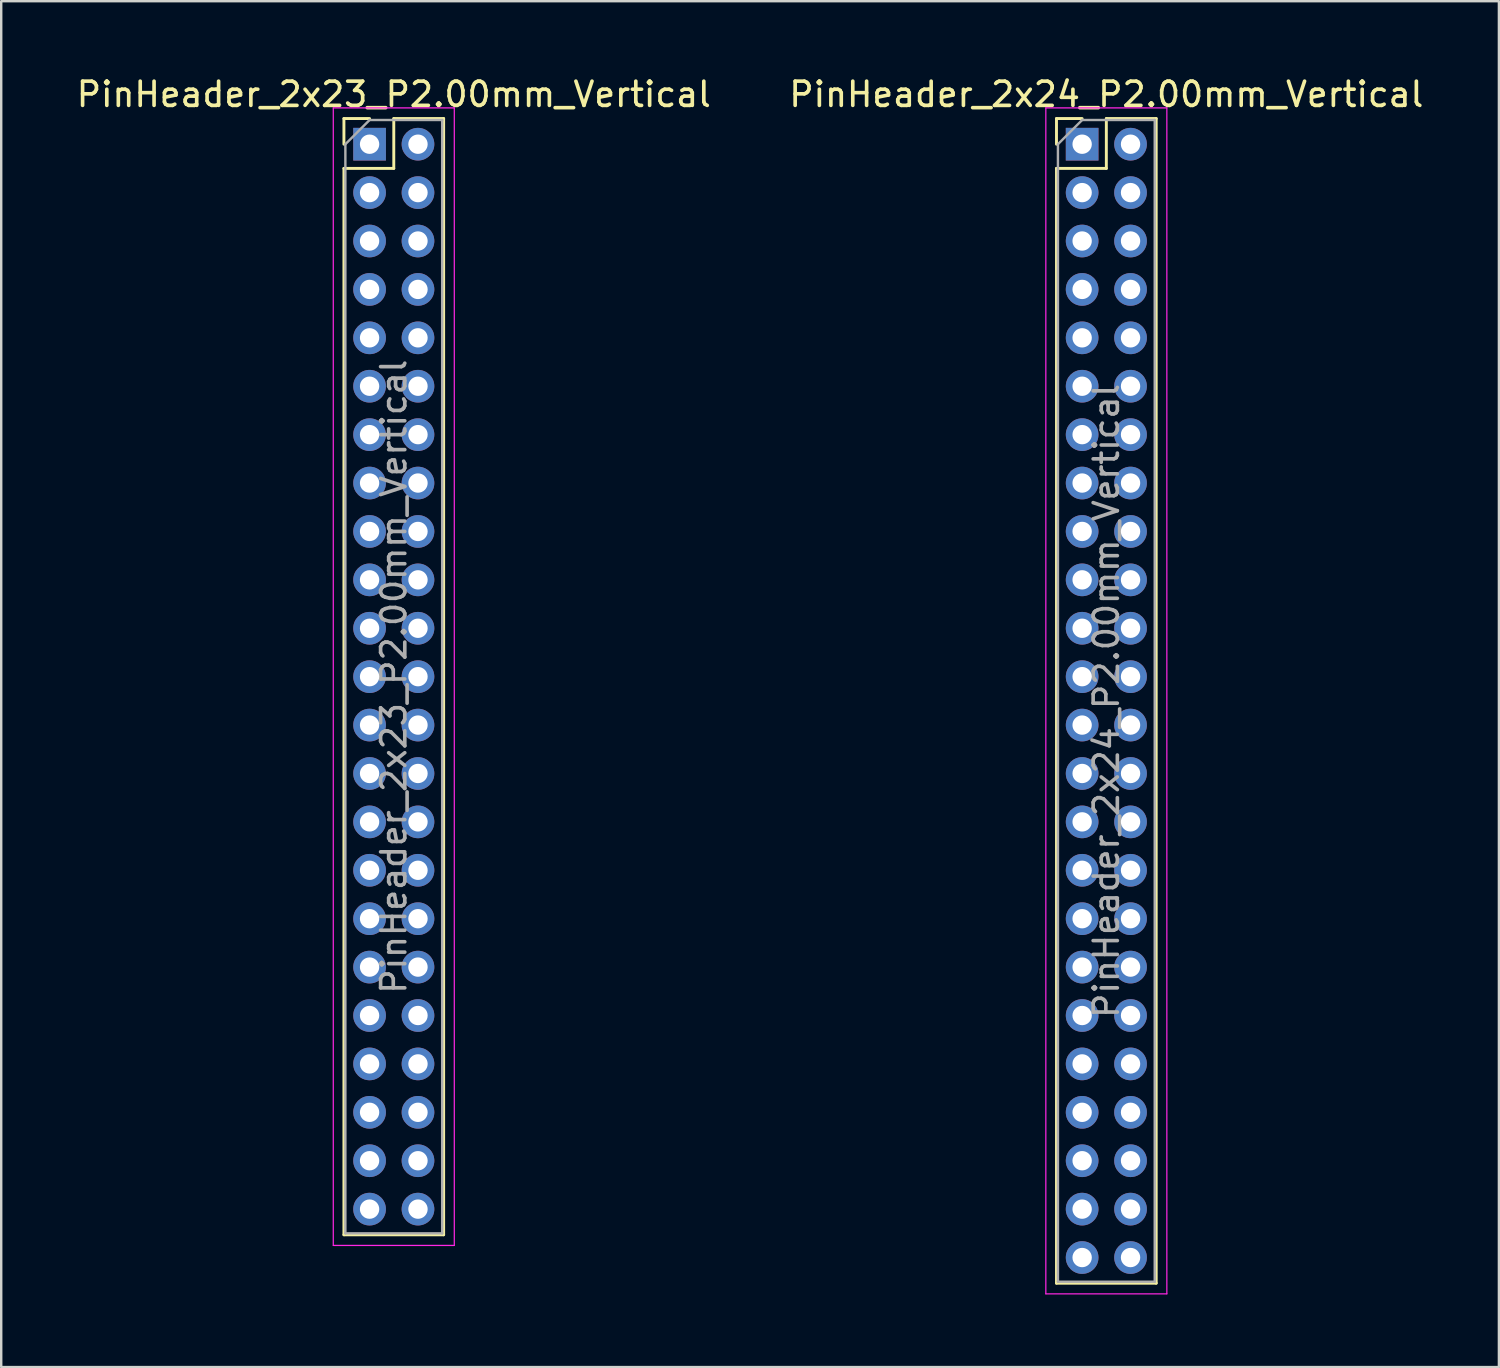
<source format=kicad_pcb>
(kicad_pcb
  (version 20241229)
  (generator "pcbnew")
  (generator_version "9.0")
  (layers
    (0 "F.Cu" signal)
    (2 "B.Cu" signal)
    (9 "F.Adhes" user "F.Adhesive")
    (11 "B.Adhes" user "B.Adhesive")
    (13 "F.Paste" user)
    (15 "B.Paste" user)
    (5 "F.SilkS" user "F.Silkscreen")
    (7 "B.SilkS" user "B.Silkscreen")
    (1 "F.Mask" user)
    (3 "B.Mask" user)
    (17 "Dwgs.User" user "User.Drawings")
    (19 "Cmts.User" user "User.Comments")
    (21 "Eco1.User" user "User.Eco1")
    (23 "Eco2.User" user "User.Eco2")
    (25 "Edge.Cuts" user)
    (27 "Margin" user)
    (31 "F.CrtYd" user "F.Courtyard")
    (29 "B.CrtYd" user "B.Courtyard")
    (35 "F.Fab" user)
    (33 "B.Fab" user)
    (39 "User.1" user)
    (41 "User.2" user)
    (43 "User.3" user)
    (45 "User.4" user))
  (footprint "PinHeader_2x24_P2.00mm_Vertical"
    (layer "F.Cu")
    (at 41.661 2.908)
    (property "Reference" "PinHeader_2x24_P2.00mm_Vertical" (at 1 -2.06 0) (layer "F.SilkS") (effects (font (size 1 1) (thickness 0.15))))
    (attr through_hole)
    (fp_line (start -1.06 -1.06) (end 0 -1.06) (stroke (width 0.12) (type solid)) (layer "F.SilkS"))
    (fp_line (start -1.06 0) (end -1.06 -1.06) (stroke (width 0.12) (type solid)) (layer "F.SilkS"))
    (fp_line (start -1.06 1) (end -1.06 47.06) (stroke (width 0.12) (type solid)) (layer "F.SilkS"))
    (fp_line (start -1.06 1) (end 1 1) (stroke (width 0.12) (type solid)) (layer "F.SilkS"))
    (fp_line (start -1.06 47.06) (end 3.06 47.06) (stroke (width 0.12) (type solid)) (layer "F.SilkS"))
    (fp_line (start 1 -1.06) (end 3.06 -1.06) (stroke (width 0.12) (type solid)) (layer "F.SilkS"))
    (fp_line (start 1 1) (end 1 -1.06) (stroke (width 0.12) (type solid)) (layer "F.SilkS"))
    (fp_line (start 3.06 -1.06) (end 3.06 47.06) (stroke (width 0.12) (type solid)) (layer "F.SilkS"))
    (fp_line (start -1.5 -1.5) (end -1.5 47.5) (stroke (width 0.05) (type solid)) (layer "F.CrtYd"))
    (fp_line (start -1.5 47.5) (end 3.5 47.5) (stroke (width 0.05) (type solid)) (layer "F.CrtYd"))
    (fp_line (start 3.5 -1.5) (end -1.5 -1.5) (stroke (width 0.05) (type solid)) (layer "F.CrtYd"))
    (fp_line (start 3.5 47.5) (end 3.5 -1.5) (stroke (width 0.05) (type solid)) (layer "F.CrtYd"))
    (fp_line (start -1 0) (end 0 -1) (stroke (width 0.1) (type solid)) (layer "F.Fab"))
    (fp_line (start -1 47) (end -1 0) (stroke (width 0.1) (type solid)) (layer "F.Fab"))
    (fp_line (start 0 -1) (end 3 -1) (stroke (width 0.1) (type solid)) (layer "F.Fab"))
    (fp_line (start 3 -1) (end 3 47) (stroke (width 0.1) (type solid)) (layer "F.Fab"))
    (fp_line (start 3 47) (end -1 47) (stroke (width 0.1) (type solid)) (layer "F.Fab"))
    (fp_text user "${REFERENCE}" (at 1 23 90) (layer "F.Fab") (effects (font (size 1 1) (thickness 0.15))))
    (pad "1" thru_hole rect (at 0 0) (size 1.35 1.35) (drill 0.8) (layers "*.Cu" "*.Mask"))
    (pad "2" thru_hole oval (at 2 0) (size 1.35 1.35) (drill 0.8) (layers "*.Cu" "*.Mask"))
    (pad "3" thru_hole oval (at 0 2) (size 1.35 1.35) (drill 0.8) (layers "*.Cu" "*.Mask"))
    (pad "4" thru_hole oval (at 2 2) (size 1.35 1.35) (drill 0.8) (layers "*.Cu" "*.Mask"))
    (pad "5" thru_hole oval (at 0 4) (size 1.35 1.35) (drill 0.8) (layers "*.Cu" "*.Mask"))
    (pad "6" thru_hole oval (at 2 4) (size 1.35 1.35) (drill 0.8) (layers "*.Cu" "*.Mask"))
    (pad "7" thru_hole oval (at 0 6) (size 1.35 1.35) (drill 0.8) (layers "*.Cu" "*.Mask"))
    (pad "8" thru_hole oval (at 2 6) (size 1.35 1.35) (drill 0.8) (layers "*.Cu" "*.Mask"))
    (pad "9" thru_hole oval (at 0 8) (size 1.35 1.35) (drill 0.8) (layers "*.Cu" "*.Mask"))
    (pad "10" thru_hole oval (at 2 8) (size 1.35 1.35) (drill 0.8) (layers "*.Cu" "*.Mask"))
    (pad "11" thru_hole oval (at 0 10) (size 1.35 1.35) (drill 0.8) (layers "*.Cu" "*.Mask"))
    (pad "12" thru_hole oval (at 2 10) (size 1.35 1.35) (drill 0.8) (layers "*.Cu" "*.Mask"))
    (pad "13" thru_hole oval (at 0 12) (size 1.35 1.35) (drill 0.8) (layers "*.Cu" "*.Mask"))
    (pad "14" thru_hole oval (at 2 12) (size 1.35 1.35) (drill 0.8) (layers "*.Cu" "*.Mask"))
    (pad "15" thru_hole oval (at 0 14) (size 1.35 1.35) (drill 0.8) (layers "*.Cu" "*.Mask"))
    (pad "16" thru_hole oval (at 2 14) (size 1.35 1.35) (drill 0.8) (layers "*.Cu" "*.Mask"))
    (pad "17" thru_hole oval (at 0 16) (size 1.35 1.35) (drill 0.8) (layers "*.Cu" "*.Mask"))
    (pad "18" thru_hole oval (at 2 16) (size 1.35 1.35) (drill 0.8) (layers "*.Cu" "*.Mask"))
    (pad "19" thru_hole oval (at 0 18) (size 1.35 1.35) (drill 0.8) (layers "*.Cu" "*.Mask"))
    (pad "20" thru_hole oval (at 2 18) (size 1.35 1.35) (drill 0.8) (layers "*.Cu" "*.Mask"))
    (pad "21" thru_hole oval (at 0 20) (size 1.35 1.35) (drill 0.8) (layers "*.Cu" "*.Mask"))
    (pad "22" thru_hole oval (at 2 20) (size 1.35 1.35) (drill 0.8) (layers "*.Cu" "*.Mask"))
    (pad "23" thru_hole oval (at 0 22) (size 1.35 1.35) (drill 0.8) (layers "*.Cu" "*.Mask"))
    (pad "24" thru_hole oval (at 2 22) (size 1.35 1.35) (drill 0.8) (layers "*.Cu" "*.Mask"))
    (pad "25" thru_hole oval (at 0 24) (size 1.35 1.35) (drill 0.8) (layers "*.Cu" "*.Mask"))
    (pad "26" thru_hole oval (at 2 24) (size 1.35 1.35) (drill 0.8) (layers "*.Cu" "*.Mask"))
    (pad "27" thru_hole oval (at 0 26) (size 1.35 1.35) (drill 0.8) (layers "*.Cu" "*.Mask"))
    (pad "28" thru_hole oval (at 2 26) (size 1.35 1.35) (drill 0.8) (layers "*.Cu" "*.Mask"))
    (pad "29" thru_hole oval (at 0 28) (size 1.35 1.35) (drill 0.8) (layers "*.Cu" "*.Mask"))
    (pad "30" thru_hole oval (at 2 28) (size 1.35 1.35) (drill 0.8) (layers "*.Cu" "*.Mask"))
    (pad "31" thru_hole oval (at 0 30) (size 1.35 1.35) (drill 0.8) (layers "*.Cu" "*.Mask"))
    (pad "32" thru_hole oval (at 2 30) (size 1.35 1.35) (drill 0.8) (layers "*.Cu" "*.Mask"))
    (pad "33" thru_hole oval (at 0 32) (size 1.35 1.35) (drill 0.8) (layers "*.Cu" "*.Mask"))
    (pad "34" thru_hole oval (at 2 32) (size 1.35 1.35) (drill 0.8) (layers "*.Cu" "*.Mask"))
    (pad "35" thru_hole oval (at 0 34) (size 1.35 1.35) (drill 0.8) (layers "*.Cu" "*.Mask"))
    (pad "36" thru_hole oval (at 2 34) (size 1.35 1.35) (drill 0.8) (layers "*.Cu" "*.Mask"))
    (pad "37" thru_hole oval (at 0 36) (size 1.35 1.35) (drill 0.8) (layers "*.Cu" "*.Mask"))
    (pad "38" thru_hole oval (at 2 36) (size 1.35 1.35) (drill 0.8) (layers "*.Cu" "*.Mask"))
    (pad "39" thru_hole oval (at 0 38) (size 1.35 1.35) (drill 0.8) (layers "*.Cu" "*.Mask"))
    (pad "40" thru_hole oval (at 2 38) (size 1.35 1.35) (drill 0.8) (layers "*.Cu" "*.Mask"))
    (pad "41" thru_hole oval (at 0 40) (size 1.35 1.35) (drill 0.8) (layers "*.Cu" "*.Mask"))
    (pad "42" thru_hole oval (at 2 40) (size 1.35 1.35) (drill 0.8) (layers "*.Cu" "*.Mask"))
    (pad "43" thru_hole oval (at 0 42) (size 1.35 1.35) (drill 0.8) (layers "*.Cu" "*.Mask"))
    (pad "44" thru_hole oval (at 2 42) (size 1.35 1.35) (drill 0.8) (layers "*.Cu" "*.Mask"))
    (pad "45" thru_hole oval (at 0 44) (size 1.35 1.35) (drill 0.8) (layers "*.Cu" "*.Mask"))
    (pad "46" thru_hole oval (at 2 44) (size 1.35 1.35) (drill 0.8) (layers "*.Cu" "*.Mask"))
    (pad "47" thru_hole oval (at 0 46) (size 1.35 1.35) (drill 0.8) (layers "*.Cu" "*.Mask"))
    (pad "48" thru_hole oval (at 2 46) (size 1.35 1.35) (drill 0.8) (layers "*.Cu" "*.Mask")))
  (footprint "PinHeader_2x23_P2.00mm_Vertical"
    (layer "F.Cu")
    (at 12.22 2.908)
    (property "Reference" "PinHeader_2x23_P2.00mm_Vertical" (at 1 -2.06 0) (layer "F.SilkS") (effects (font (size 1 1) (thickness 0.15))))
    (attr through_hole)
    (fp_line (start -1.06 -1.06) (end 0 -1.06) (stroke (width 0.12) (type solid)) (layer "F.SilkS"))
    (fp_line (start -1.06 0) (end -1.06 -1.06) (stroke (width 0.12) (type solid)) (layer "F.SilkS"))
    (fp_line (start -1.06 1) (end -1.06 45.06) (stroke (width 0.12) (type solid)) (layer "F.SilkS"))
    (fp_line (start -1.06 1) (end 1 1) (stroke (width 0.12) (type solid)) (layer "F.SilkS"))
    (fp_line (start -1.06 45.06) (end 3.06 45.06) (stroke (width 0.12) (type solid)) (layer "F.SilkS"))
    (fp_line (start 1 -1.06) (end 3.06 -1.06) (stroke (width 0.12) (type solid)) (layer "F.SilkS"))
    (fp_line (start 1 1) (end 1 -1.06) (stroke (width 0.12) (type solid)) (layer "F.SilkS"))
    (fp_line (start 3.06 -1.06) (end 3.06 45.06) (stroke (width 0.12) (type solid)) (layer "F.SilkS"))
    (fp_line (start -1.5 -1.5) (end -1.5 45.5) (stroke (width 0.05) (type solid)) (layer "F.CrtYd"))
    (fp_line (start -1.5 45.5) (end 3.5 45.5) (stroke (width 0.05) (type solid)) (layer "F.CrtYd"))
    (fp_line (start 3.5 -1.5) (end -1.5 -1.5) (stroke (width 0.05) (type solid)) (layer "F.CrtYd"))
    (fp_line (start 3.5 45.5) (end 3.5 -1.5) (stroke (width 0.05) (type solid)) (layer "F.CrtYd"))
    (fp_line (start -1 0) (end 0 -1) (stroke (width 0.1) (type solid)) (layer "F.Fab"))
    (fp_line (start -1 45) (end -1 0) (stroke (width 0.1) (type solid)) (layer "F.Fab"))
    (fp_line (start 0 -1) (end 3 -1) (stroke (width 0.1) (type solid)) (layer "F.Fab"))
    (fp_line (start 3 -1) (end 3 45) (stroke (width 0.1) (type solid)) (layer "F.Fab"))
    (fp_line (start 3 45) (end -1 45) (stroke (width 0.1) (type solid)) (layer "F.Fab"))
    (fp_text user "${REFERENCE}" (at 1 22 90) (layer "F.Fab") (effects (font (size 1 1) (thickness 0.15))))
    (pad "1" thru_hole rect (at 0 0) (size 1.35 1.35) (drill 0.8) (layers "*.Cu" "*.Mask"))
    (pad "2" thru_hole oval (at 2 0) (size 1.35 1.35) (drill 0.8) (layers "*.Cu" "*.Mask"))
    (pad "3" thru_hole oval (at 0 2) (size 1.35 1.35) (drill 0.8) (layers "*.Cu" "*.Mask"))
    (pad "4" thru_hole oval (at 2 2) (size 1.35 1.35) (drill 0.8) (layers "*.Cu" "*.Mask"))
    (pad "5" thru_hole oval (at 0 4) (size 1.35 1.35) (drill 0.8) (layers "*.Cu" "*.Mask"))
    (pad "6" thru_hole oval (at 2 4) (size 1.35 1.35) (drill 0.8) (layers "*.Cu" "*.Mask"))
    (pad "7" thru_hole oval (at 0 6) (size 1.35 1.35) (drill 0.8) (layers "*.Cu" "*.Mask"))
    (pad "8" thru_hole oval (at 2 6) (size 1.35 1.35) (drill 0.8) (layers "*.Cu" "*.Mask"))
    (pad "9" thru_hole oval (at 0 8) (size 1.35 1.35) (drill 0.8) (layers "*.Cu" "*.Mask"))
    (pad "10" thru_hole oval (at 2 8) (size 1.35 1.35) (drill 0.8) (layers "*.Cu" "*.Mask"))
    (pad "11" thru_hole oval (at 0 10) (size 1.35 1.35) (drill 0.8) (layers "*.Cu" "*.Mask"))
    (pad "12" thru_hole oval (at 2 10) (size 1.35 1.35) (drill 0.8) (layers "*.Cu" "*.Mask"))
    (pad "13" thru_hole oval (at 0 12) (size 1.35 1.35) (drill 0.8) (layers "*.Cu" "*.Mask"))
    (pad "14" thru_hole oval (at 2 12) (size 1.35 1.35) (drill 0.8) (layers "*.Cu" "*.Mask"))
    (pad "15" thru_hole oval (at 0 14) (size 1.35 1.35) (drill 0.8) (layers "*.Cu" "*.Mask"))
    (pad "16" thru_hole oval (at 2 14) (size 1.35 1.35) (drill 0.8) (layers "*.Cu" "*.Mask"))
    (pad "17" thru_hole oval (at 0 16) (size 1.35 1.35) (drill 0.8) (layers "*.Cu" "*.Mask"))
    (pad "18" thru_hole oval (at 2 16) (size 1.35 1.35) (drill 0.8) (layers "*.Cu" "*.Mask"))
    (pad "19" thru_hole oval (at 0 18) (size 1.35 1.35) (drill 0.8) (layers "*.Cu" "*.Mask"))
    (pad "20" thru_hole oval (at 2 18) (size 1.35 1.35) (drill 0.8) (layers "*.Cu" "*.Mask"))
    (pad "21" thru_hole oval (at 0 20) (size 1.35 1.35) (drill 0.8) (layers "*.Cu" "*.Mask"))
    (pad "22" thru_hole oval (at 2 20) (size 1.35 1.35) (drill 0.8) (layers "*.Cu" "*.Mask"))
    (pad "23" thru_hole oval (at 0 22) (size 1.35 1.35) (drill 0.8) (layers "*.Cu" "*.Mask"))
    (pad "24" thru_hole oval (at 2 22) (size 1.35 1.35) (drill 0.8) (layers "*.Cu" "*.Mask"))
    (pad "25" thru_hole oval (at 0 24) (size 1.35 1.35) (drill 0.8) (layers "*.Cu" "*.Mask"))
    (pad "26" thru_hole oval (at 2 24) (size 1.35 1.35) (drill 0.8) (layers "*.Cu" "*.Mask"))
    (pad "27" thru_hole oval (at 0 26) (size 1.35 1.35) (drill 0.8) (layers "*.Cu" "*.Mask"))
    (pad "28" thru_hole oval (at 2 26) (size 1.35 1.35) (drill 0.8) (layers "*.Cu" "*.Mask"))
    (pad "29" thru_hole oval (at 0 28) (size 1.35 1.35) (drill 0.8) (layers "*.Cu" "*.Mask"))
    (pad "30" thru_hole oval (at 2 28) (size 1.35 1.35) (drill 0.8) (layers "*.Cu" "*.Mask"))
    (pad "31" thru_hole oval (at 0 30) (size 1.35 1.35) (drill 0.8) (layers "*.Cu" "*.Mask"))
    (pad "32" thru_hole oval (at 2 30) (size 1.35 1.35) (drill 0.8) (layers "*.Cu" "*.Mask"))
    (pad "33" thru_hole oval (at 0 32) (size 1.35 1.35) (drill 0.8) (layers "*.Cu" "*.Mask"))
    (pad "34" thru_hole oval (at 2 32) (size 1.35 1.35) (drill 0.8) (layers "*.Cu" "*.Mask"))
    (pad "35" thru_hole oval (at 0 34) (size 1.35 1.35) (drill 0.8) (layers "*.Cu" "*.Mask"))
    (pad "36" thru_hole oval (at 2 34) (size 1.35 1.35) (drill 0.8) (layers "*.Cu" "*.Mask"))
    (pad "37" thru_hole oval (at 0 36) (size 1.35 1.35) (drill 0.8) (layers "*.Cu" "*.Mask"))
    (pad "38" thru_hole oval (at 2 36) (size 1.35 1.35) (drill 0.8) (layers "*.Cu" "*.Mask"))
    (pad "39" thru_hole oval (at 0 38) (size 1.35 1.35) (drill 0.8) (layers "*.Cu" "*.Mask"))
    (pad "40" thru_hole oval (at 2 38) (size 1.35 1.35) (drill 0.8) (layers "*.Cu" "*.Mask"))
    (pad "41" thru_hole oval (at 0 40) (size 1.35 1.35) (drill 0.8) (layers "*.Cu" "*.Mask"))
    (pad "42" thru_hole oval (at 2 40) (size 1.35 1.35) (drill 0.8) (layers "*.Cu" "*.Mask"))
    (pad "43" thru_hole oval (at 0 42) (size 1.35 1.35) (drill 0.8) (layers "*.Cu" "*.Mask"))
    (pad "44" thru_hole oval (at 2 42) (size 1.35 1.35) (drill 0.8) (layers "*.Cu" "*.Mask"))
    (pad "45" thru_hole oval (at 0 44) (size 1.35 1.35) (drill 0.8) (layers "*.Cu" "*.Mask"))
    (pad "46" thru_hole oval (at 2 44) (size 1.35 1.35) (drill 0.8) (layers "*.Cu" "*.Mask")))
  (gr_rect
    (start -3 -3)
    (end 58.881 53.433)
    (stroke (width 0.1) (type default))
    (fill no)
    (layer "Edge.Cuts")))
</source>
